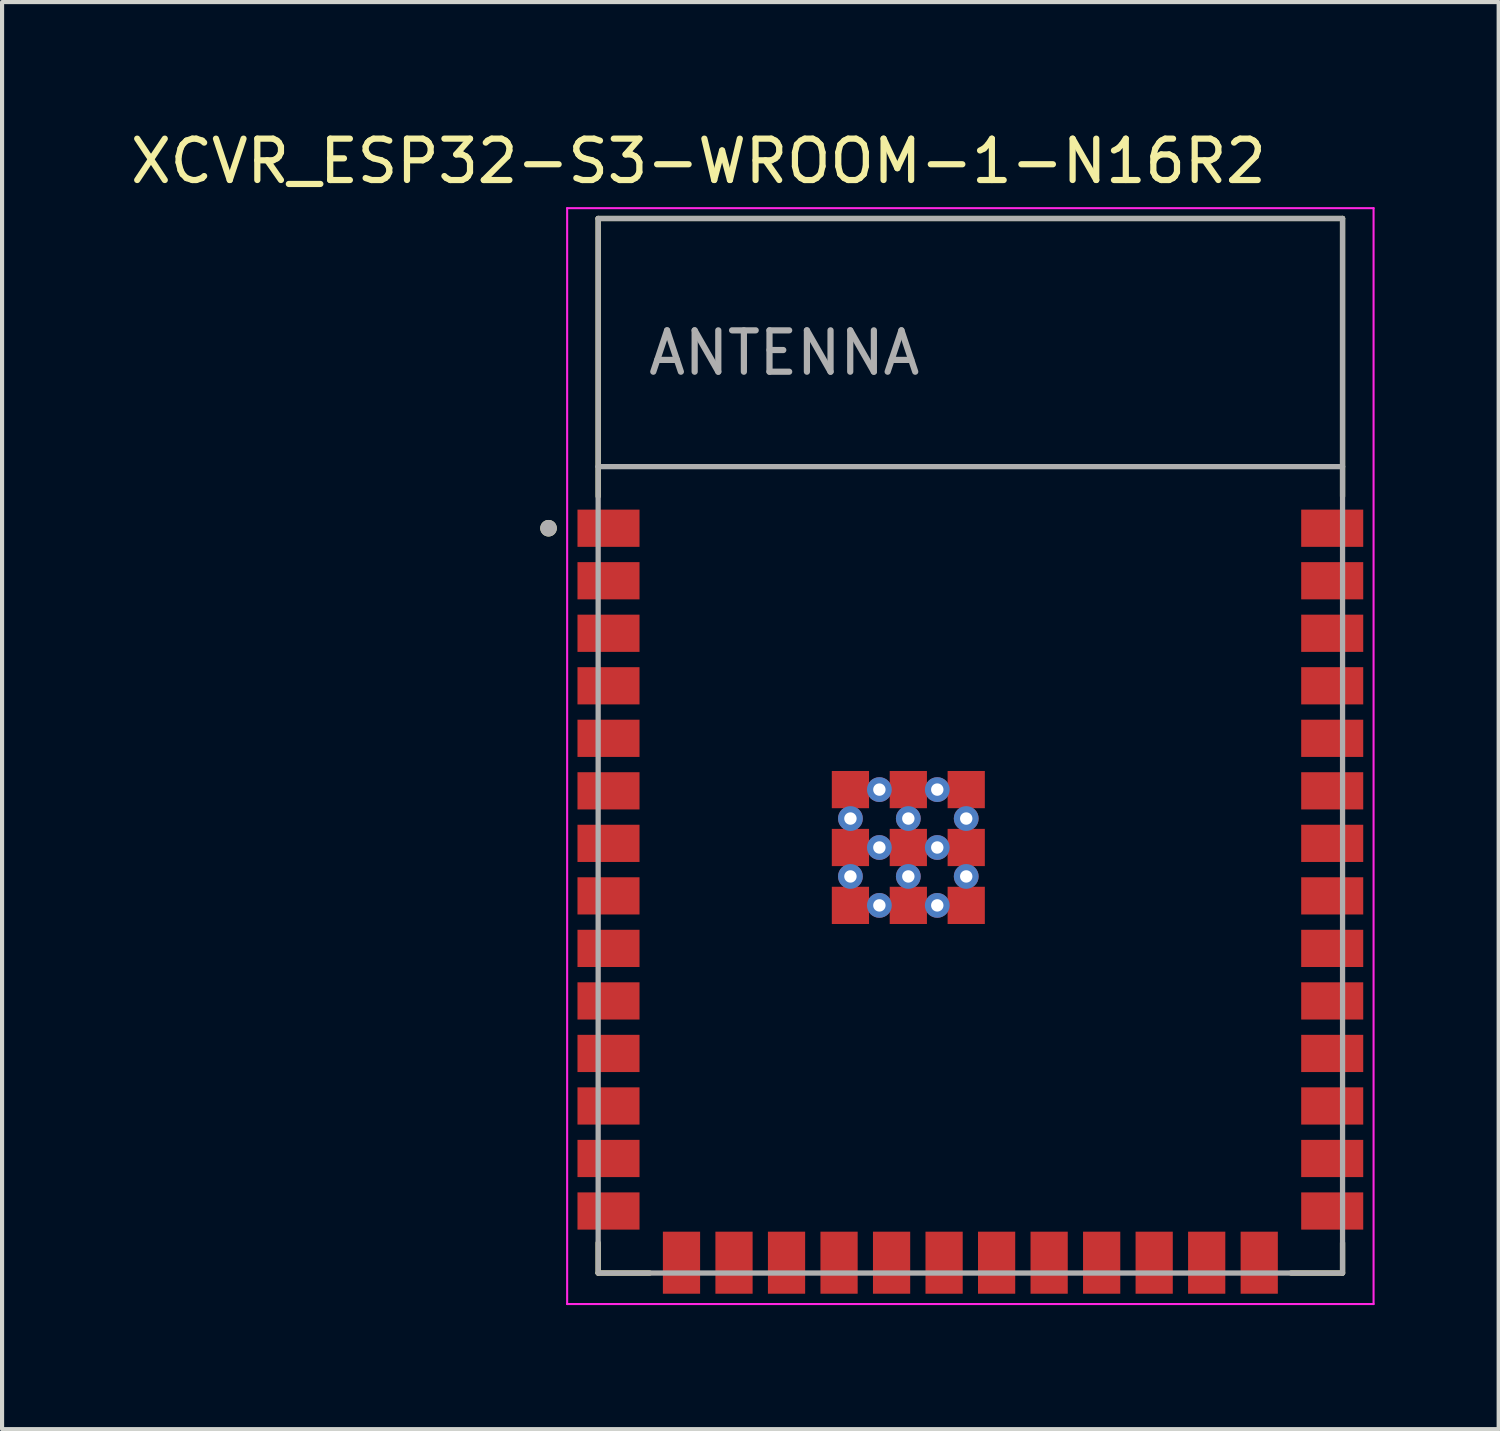
<source format=kicad_pcb>
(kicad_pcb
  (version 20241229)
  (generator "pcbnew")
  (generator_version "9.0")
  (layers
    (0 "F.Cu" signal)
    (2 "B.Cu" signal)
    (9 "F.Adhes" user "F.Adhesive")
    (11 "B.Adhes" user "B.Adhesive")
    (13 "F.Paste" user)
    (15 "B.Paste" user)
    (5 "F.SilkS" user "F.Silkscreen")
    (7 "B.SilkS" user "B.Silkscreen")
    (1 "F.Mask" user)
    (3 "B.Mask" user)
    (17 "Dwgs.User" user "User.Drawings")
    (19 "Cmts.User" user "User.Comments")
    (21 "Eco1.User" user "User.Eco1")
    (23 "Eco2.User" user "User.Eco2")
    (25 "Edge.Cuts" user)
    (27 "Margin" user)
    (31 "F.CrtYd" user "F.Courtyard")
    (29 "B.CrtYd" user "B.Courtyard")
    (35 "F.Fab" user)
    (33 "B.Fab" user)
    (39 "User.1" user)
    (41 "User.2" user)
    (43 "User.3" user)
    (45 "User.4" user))
  (footprint "XCVR_ESP32-S3-WROOM-1-N16R2"
    (layer "F.Cu")
    (at 20.414 14.983)
    (property "Reference" "XCVR_ESP32-S3-WROOM-1-N16R2" (at -6.575 -14.135 0) (layer "F.SilkS") (effects (font (size 1 1) (thickness 0.15))))
    (attr smd)
    (fp_line (start -9 -12.75) (end 9 -12.75) (stroke (width 0.127) (type solid)) (layer "F.SilkS"))
    (fp_line (start -9 -6.03) (end -9 -12.75) (stroke (width 0.127) (type solid)) (layer "F.SilkS"))
    (fp_line (start -9 12.02) (end -9 12.75) (stroke (width 0.127) (type solid)) (layer "F.SilkS"))
    (fp_line (start -9 12.75) (end -7.755 12.75) (stroke (width 0.127) (type solid)) (layer "F.SilkS"))
    (fp_line (start 9 -12.75) (end 9 -6.03) (stroke (width 0.127) (type solid)) (layer "F.SilkS"))
    (fp_line (start 9 12.02) (end 9 12.75) (stroke (width 0.127) (type solid)) (layer "F.SilkS"))
    (fp_line (start 9 12.75) (end 7.755 12.75) (stroke (width 0.127) (type solid)) (layer "F.SilkS"))
    (fp_circle (center -10.2 -5.26) (end -10.1 -5.26) (stroke (width 0.2) (type solid)) (fill no) (layer "F.SilkS"))
    (fp_line (start -9.75 -13) (end 9.75 -13) (stroke (width 0.05) (type solid)) (layer "F.CrtYd"))
    (fp_line (start -9.75 13.5) (end -9.75 -13) (stroke (width 0.05) (type solid)) (layer "F.CrtYd"))
    (fp_line (start -9.75 13.5) (end 9.75 13.5) (stroke (width 0.05) (type solid)) (layer "F.CrtYd"))
    (fp_line (start 9.75 -13) (end 9.75 13.5) (stroke (width 0.05) (type solid)) (layer "F.CrtYd"))
    (fp_line (start -9 -12.75) (end 9 -12.75) (stroke (width 0.127) (type solid)) (layer "F.Fab"))
    (fp_line (start -9 -6.75) (end -9 -12.75) (stroke (width 0.127) (type solid)) (layer "F.Fab"))
    (fp_line (start -9 -6.75) (end 9 -6.75) (stroke (width 0.127) (type solid)) (layer "F.Fab"))
    (fp_line (start -9 12.75) (end -9 -6.75) (stroke (width 0.127) (type solid)) (layer "F.Fab"))
    (fp_line (start 9 -12.75) (end 9 -6.75) (stroke (width 0.127) (type solid)) (layer "F.Fab"))
    (fp_line (start 9 -6.75) (end 9 12.75) (stroke (width 0.127) (type solid)) (layer "F.Fab"))
    (fp_line (start 9 12.75) (end -9 12.75) (stroke (width 0.127) (type solid)) (layer "F.Fab"))
    (fp_circle (center -10.2 -5.26) (end -10.1 -5.26) (stroke (width 0.2) (type solid)) (fill no) (layer "F.Fab"))
    (fp_text user "ANTENNA" (at -4.5 -9.5 0) (layer "F.Fab") (effects (font (size 1 1) (thickness 0.15))))
    (pad "1" smd rect (at -8.75 -5.26) (size 1.5 0.9) (layers "F.Cu" "F.Mask" "F.Paste"))
    (pad "2" smd rect (at -8.75 -3.99) (size 1.5 0.9) (layers "F.Cu" "F.Mask" "F.Paste"))
    (pad "3" smd rect (at -8.75 -2.72) (size 1.5 0.9) (layers "F.Cu" "F.Mask" "F.Paste"))
    (pad "4" smd rect (at -8.75 -1.45) (size 1.5 0.9) (layers "F.Cu" "F.Mask" "F.Paste"))
    (pad "5" smd rect (at -8.75 -0.18) (size 1.5 0.9) (layers "F.Cu" "F.Mask" "F.Paste"))
    (pad "6" smd rect (at -8.75 1.09) (size 1.5 0.9) (layers "F.Cu" "F.Mask" "F.Paste"))
    (pad "7" smd rect (at -8.75 2.36) (size 1.5 0.9) (layers "F.Cu" "F.Mask" "F.Paste"))
    (pad "8" smd rect (at -8.75 3.63) (size 1.5 0.9) (layers "F.Cu" "F.Mask" "F.Paste"))
    (pad "9" smd rect (at -8.75 4.9) (size 1.5 0.9) (layers "F.Cu" "F.Mask" "F.Paste"))
    (pad "10" smd rect (at -8.75 6.17) (size 1.5 0.9) (layers "F.Cu" "F.Mask" "F.Paste"))
    (pad "11" smd rect (at -8.75 7.44) (size 1.5 0.9) (layers "F.Cu" "F.Mask" "F.Paste"))
    (pad "12" smd rect (at -8.75 8.71) (size 1.5 0.9) (layers "F.Cu" "F.Mask" "F.Paste"))
    (pad "13" smd rect (at -8.75 9.98) (size 1.5 0.9) (layers "F.Cu" "F.Mask" "F.Paste"))
    (pad "14" smd rect (at -8.75 11.25) (size 1.5 0.9) (layers "F.Cu" "F.Mask" "F.Paste"))
    (pad "15" smd rect (at -6.985 12.5) (size 0.9 1.5) (layers "F.Cu" "F.Mask" "F.Paste"))
    (pad "16" smd rect (at -5.715 12.5) (size 0.9 1.5) (layers "F.Cu" "F.Mask" "F.Paste"))
    (pad "17" smd rect (at -4.445 12.5) (size 0.9 1.5) (layers "F.Cu" "F.Mask" "F.Paste"))
    (pad "18" smd rect (at -3.175 12.5) (size 0.9 1.5) (layers "F.Cu" "F.Mask" "F.Paste"))
    (pad "19" smd rect (at -1.905 12.5) (size 0.9 1.5) (layers "F.Cu" "F.Mask" "F.Paste"))
    (pad "20" smd rect (at -0.635 12.5) (size 0.9 1.5) (layers "F.Cu" "F.Mask" "F.Paste"))
    (pad "21" smd rect (at 0.635 12.5) (size 0.9 1.5) (layers "F.Cu" "F.Mask" "F.Paste"))
    (pad "22" smd rect (at 1.905 12.5) (size 0.9 1.5) (layers "F.Cu" "F.Mask" "F.Paste"))
    (pad "23" smd rect (at 3.175 12.5) (size 0.9 1.5) (layers "F.Cu" "F.Mask" "F.Paste"))
    (pad "24" smd rect (at 4.445 12.5) (size 0.9 1.5) (layers "F.Cu" "F.Mask" "F.Paste"))
    (pad "25" smd rect (at 5.715 12.5) (size 0.9 1.5) (layers "F.Cu" "F.Mask" "F.Paste"))
    (pad "26" smd rect (at 6.985 12.5) (size 0.9 1.5) (layers "F.Cu" "F.Mask" "F.Paste"))
    (pad "27" smd rect (at 8.75 11.25) (size 1.5 0.9) (layers "F.Cu" "F.Mask" "F.Paste"))
    (pad "28" smd rect (at 8.75 9.98) (size 1.5 0.9) (layers "F.Cu" "F.Mask" "F.Paste"))
    (pad "29" smd rect (at 8.75 8.71) (size 1.5 0.9) (layers "F.Cu" "F.Mask" "F.Paste"))
    (pad "30" smd rect (at 8.75 7.44) (size 1.5 0.9) (layers "F.Cu" "F.Mask" "F.Paste"))
    (pad "31" smd rect (at 8.75 6.17) (size 1.5 0.9) (layers "F.Cu" "F.Mask" "F.Paste"))
    (pad "32" smd rect (at 8.75 4.9) (size 1.5 0.9) (layers "F.Cu" "F.Mask" "F.Paste"))
    (pad "33" smd rect (at 8.75 3.63) (size 1.5 0.9) (layers "F.Cu" "F.Mask" "F.Paste"))
    (pad "34" smd rect (at 8.75 2.36) (size 1.5 0.9) (layers "F.Cu" "F.Mask" "F.Paste"))
    (pad "35" smd rect (at 8.75 1.09) (size 1.5 0.9) (layers "F.Cu" "F.Mask" "F.Paste"))
    (pad "36" smd rect (at 8.75 -0.18) (size 1.5 0.9) (layers "F.Cu" "F.Mask" "F.Paste"))
    (pad "37" smd rect (at 8.75 -1.45) (size 1.5 0.9) (layers "F.Cu" "F.Mask" "F.Paste"))
    (pad "38" smd rect (at 8.75 -2.72) (size 1.5 0.9) (layers "F.Cu" "F.Mask" "F.Paste"))
    (pad "39" smd rect (at 8.75 -3.99) (size 1.5 0.9) (layers "F.Cu" "F.Mask" "F.Paste"))
    (pad "40" smd rect (at 8.75 -5.26) (size 1.5 0.9) (layers "F.Cu" "F.Mask" "F.Paste"))
    (pad "41_1" smd rect (at -1.5 2.46) (size 0.9 0.9) (layers "F.Cu" "F.Mask" "F.Paste"))
    (pad "41_2" smd rect (at -2.9 2.46) (size 0.9 0.9) (layers "F.Cu" "F.Mask" "F.Paste"))
    (pad "41_3" smd rect (at -0.1 2.46) (size 0.9 0.9) (layers "F.Cu" "F.Mask" "F.Paste"))
    (pad "41_4" smd rect (at -2.9 3.86) (size 0.9 0.9) (layers "F.Cu" "F.Mask" "F.Paste"))
    (pad "41_5" smd rect (at -1.5 3.86) (size 0.9 0.9) (layers "F.Cu" "F.Mask" "F.Paste"))
    (pad "41_6" smd rect (at -0.1 3.86) (size 0.9 0.9) (layers "F.Cu" "F.Mask" "F.Paste"))
    (pad "41_7" smd rect (at -2.9 1.06) (size 0.9 0.9) (layers "F.Cu" "F.Mask" "F.Paste"))
    (pad "41_8" smd rect (at -1.5 1.06) (size 0.9 0.9) (layers "F.Cu" "F.Mask" "F.Paste"))
    (pad "41_9" smd rect (at -0.1 1.06) (size 0.9 0.9) (layers "F.Cu" "F.Mask" "F.Paste"))
    (pad "41_10" thru_hole circle (at -1.5 1.76) (size 0.6 0.6) (drill 0.3) (layers "*.Cu"))
    (pad "41_11" thru_hole circle (at -2.9 1.76) (size 0.6 0.6) (drill 0.3) (layers "*.Cu"))
    (pad "41_12" thru_hole circle (at -0.1 1.76) (size 0.6 0.6) (drill 0.3) (layers "*.Cu"))
    (pad "41_13" thru_hole circle (at -2.9 3.16) (size 0.6 0.6) (drill 0.3) (layers "*.Cu"))
    (pad "41_14" thru_hole circle (at -1.5 3.16) (size 0.6 0.6) (drill 0.3) (layers "*.Cu"))
    (pad "41_15" thru_hole circle (at -0.1 3.16) (size 0.6 0.6) (drill 0.3) (layers "*.Cu"))
    (pad "41_16" thru_hole circle (at -2.2 1.06) (size 0.6 0.6) (drill 0.3) (layers "*.Cu"))
    (pad "41_17" thru_hole circle (at -0.8 1.06) (size 0.6 0.6) (drill 0.3) (layers "*.Cu"))
    (pad "41_18" thru_hole circle (at -2.2 2.46) (size 0.6 0.6) (drill 0.3) (layers "*.Cu"))
    (pad "41_19" thru_hole circle (at -0.8 2.46) (size 0.6 0.6) (drill 0.3) (layers "*.Cu"))
    (pad "41_20" thru_hole circle (at -2.2 3.86) (size 0.6 0.6) (drill 0.3) (layers "*.Cu"))
    (pad "41_21" thru_hole circle (at -0.8 3.86) (size 0.6 0.6) (drill 0.3) (layers "*.Cu"))
    (zone (net_name "") (layer "F.Cu") (hatch full 0.508) (connect_pads) (min_thickness 0.01) (filled_areas_thickness no) (keepout (tracks not_allowed) (vias not_allowed) (pads not_allowed) (copperpour not_allowed) (footprints allowed)) (placement (enabled no)) (fill) (polygon (pts (xy 11.414 2.233) (xy 29.414 2.233) (xy 29.414 8.233) (xy 11.414 8.233))))
    (zone (net_name "") (layers "F.Cu" "B.Cu") (hatch full 0.508) (connect_pads) (min_thickness 0.01) (filled_areas_thickness no) (keepout (tracks allowed) (vias not_allowed) (pads allowed) (copperpour allowed) (footprints allowed)) (placement (enabled no)) (fill) (polygon (pts (xy 11.414 2.233) (xy 29.414 2.233) (xy 29.414 8.233) (xy 11.414 8.233))))
    (zone (net_name "") (layer "B.Cu") (hatch full 0.508) (connect_pads) (min_thickness 0.01) (filled_areas_thickness no) (keepout (tracks not_allowed) (vias not_allowed) (pads not_allowed) (copperpour not_allowed) (footprints allowed)) (placement (enabled no)) (fill) (polygon (pts (xy 11.414 2.233) (xy 29.414 2.233) (xy 29.414 8.233) (xy 11.414 8.233)))))
  (gr_rect
    (start -3 -3)
    (end 33.189 31.508)
    (stroke (width 0.1) (type default))
    (fill no)
    (layer "Edge.Cuts")))
</source>
